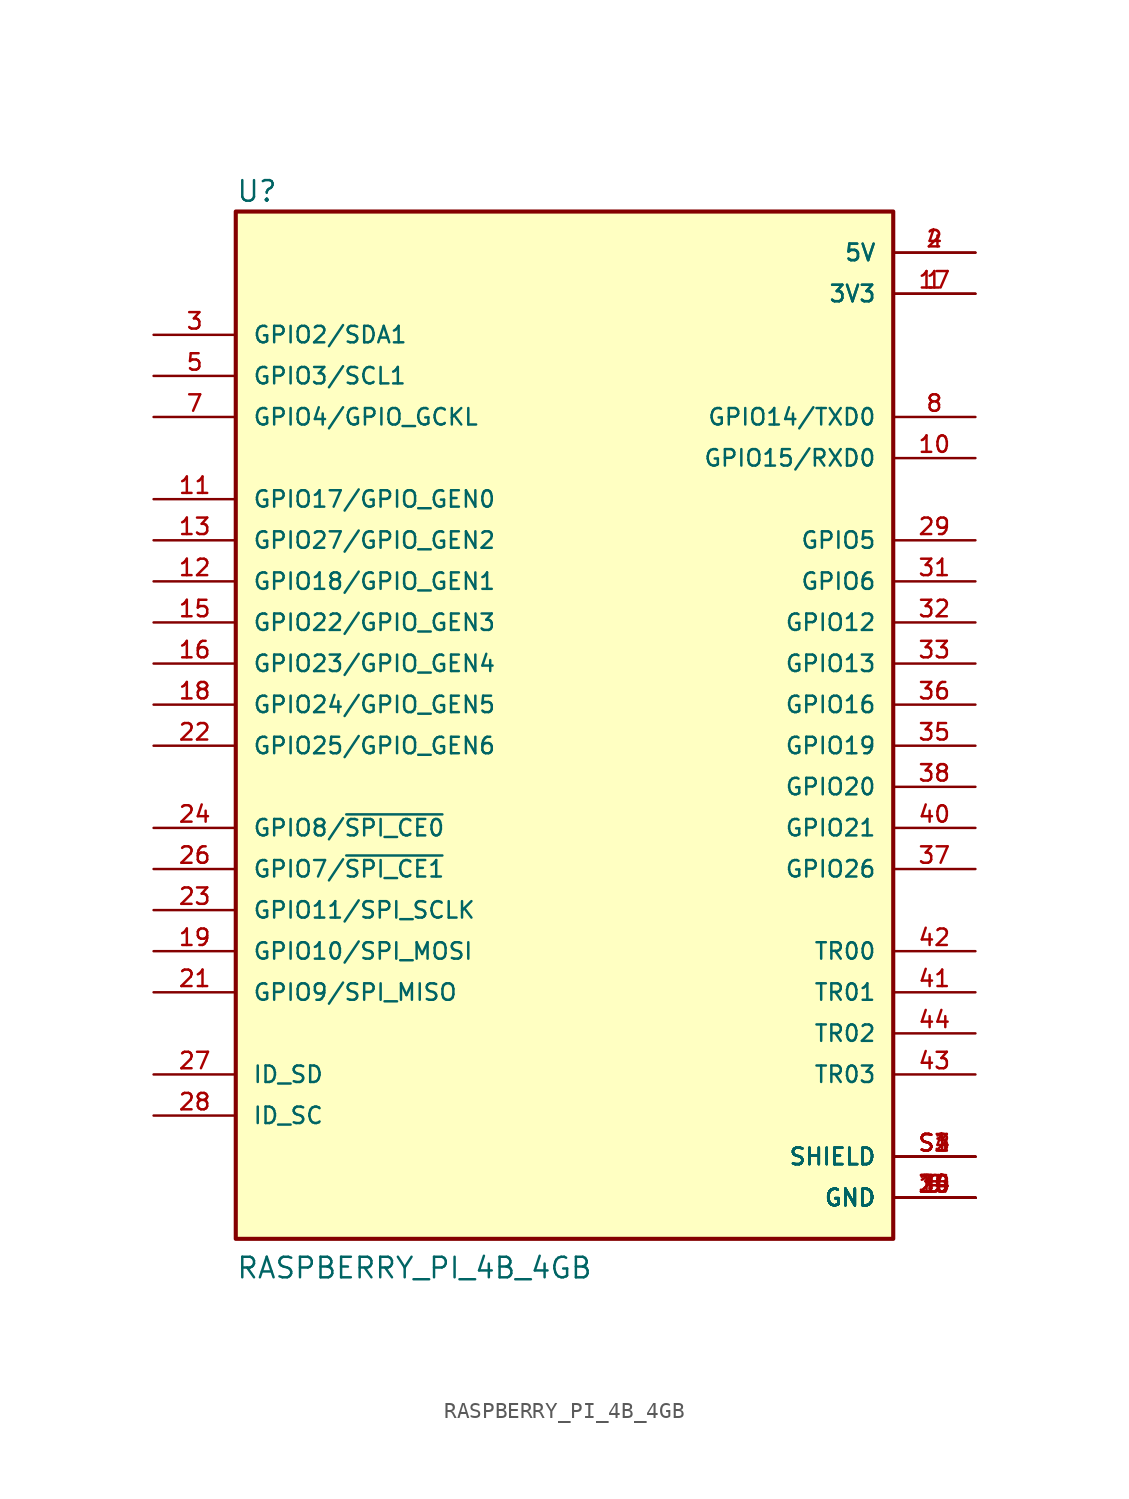
<source format=kicad_sym>
(kicad_symbol_lib
  (version 20211014)
  (generator kicad_symbol_editor)
  (symbol "RASPBERRY_PI_4B_4GB"
    (pin_names
      (offset 1.016))
    (property "Reference" "U"
      (at -20.32 33.528 0)
      (effects (font (size 1.27 1.27)) (justify bottom left)))
    (property "Value" "RASPBERRY_PI_4B_4GB"
      (at -20.32 -33.02 0)
      (effects (font (size 1.27 1.27)) (justify bottom left)))
    (symbol "RASPBERRY_PI_4B_4GB_0_0"
      (rectangle (start -20.32 -30.48) (end 20.32 33.02) (stroke (width 0.254)) (fill (type background)))
      (pin power_in line (at 25.4 30.48 180.0) (length 5.08) (name "5V" (effects (font (size 1.016 1.016)))) (number "2" (effects (font (size 1.016 1.016)))))
      (pin power_in line (at 25.4 30.48 180.0) (length 5.08) (name "5V" (effects (font (size 1.016 1.016)))) (number "4" (effects (font (size 1.016 1.016)))))
      (pin power_in line (at 25.4 27.94 180.0) (length 5.08) (name "3V3" (effects (font (size 1.016 1.016)))) (number "1" (effects (font (size 1.016 1.016)))))
      (pin power_in line (at 25.4 27.94 180.0) (length 5.08) (name "3V3" (effects (font (size 1.016 1.016)))) (number "17" (effects (font (size 1.016 1.016)))))
      (pin bidirectional line (at -25.4 25.4 0) (length 5.08) (name "GPIO2/SDA1" (effects (font (size 1.016 1.016)))) (number "3" (effects (font (size 1.016 1.016)))))
      (pin bidirectional line (at -25.4 22.86 0) (length 5.08) (name "GPIO3/SCL1" (effects (font (size 1.016 1.016)))) (number "5" (effects (font (size 1.016 1.016)))))
      (pin bidirectional line (at -25.4 20.32 0) (length 5.08) (name "GPIO4/GPIO_GCKL" (effects (font (size 1.016 1.016)))) (number "7" (effects (font (size 1.016 1.016)))))
      (pin bidirectional line (at 25.4 20.32 180.0) (length 5.08) (name "GPIO14/TXD0" (effects (font (size 1.016 1.016)))) (number "8" (effects (font (size 1.016 1.016)))))
      (pin power_in line (at 25.4 -27.94 180.0) (length 5.08) (name "GND" (effects (font (size 1.016 1.016)))) (number "6" (effects (font (size 1.016 1.016)))))
      (pin power_in line (at 25.4 -27.94 180.0) (length 5.08) (name "GND" (effects (font (size 1.016 1.016)))) (number "9" (effects (font (size 1.016 1.016)))))
      (pin power_in line (at 25.4 -27.94 180.0) (length 5.08) (name "GND" (effects (font (size 1.016 1.016)))) (number "14" (effects (font (size 1.016 1.016)))))
      (pin power_in line (at 25.4 -27.94 180.0) (length 5.08) (name "GND" (effects (font (size 1.016 1.016)))) (number "20" (effects (font (size 1.016 1.016)))))
      (pin power_in line (at 25.4 -27.94 180.0) (length 5.08) (name "GND" (effects (font (size 1.016 1.016)))) (number "25" (effects (font (size 1.016 1.016)))))
      (pin power_in line (at 25.4 -27.94 180.0) (length 5.08) (name "GND" (effects (font (size 1.016 1.016)))) (number "30" (effects (font (size 1.016 1.016)))))
      (pin power_in line (at 25.4 -27.94 180.0) (length 5.08) (name "GND" (effects (font (size 1.016 1.016)))) (number "34" (effects (font (size 1.016 1.016)))))
      (pin power_in line (at 25.4 -27.94 180.0) (length 5.08) (name "GND" (effects (font (size 1.016 1.016)))) (number "39" (effects (font (size 1.016 1.016)))))
      (pin bidirectional line (at 25.4 17.78 180.0) (length 5.08) (name "GPIO15/RXD0" (effects (font (size 1.016 1.016)))) (number "10" (effects (font (size 1.016 1.016)))))
      (pin bidirectional line (at -25.4 15.24 0) (length 5.08) (name "GPIO17/GPIO_GEN0" (effects (font (size 1.016 1.016)))) (number "11" (effects (font (size 1.016 1.016)))))
      (pin bidirectional line (at -25.4 10.16 0) (length 5.08) (name "GPIO18/GPIO_GEN1" (effects (font (size 1.016 1.016)))) (number "12" (effects (font (size 1.016 1.016)))))
      (pin bidirectional line (at -25.4 12.7 0) (length 5.08) (name "GPIO27/GPIO_GEN2" (effects (font (size 1.016 1.016)))) (number "13" (effects (font (size 1.016 1.016)))))
      (pin bidirectional line (at -25.4 7.62 0) (length 5.08) (name "GPIO22/GPIO_GEN3" (effects (font (size 1.016 1.016)))) (number "15" (effects (font (size 1.016 1.016)))))
      (pin bidirectional line (at -25.4 5.08 0) (length 5.08) (name "GPIO23/GPIO_GEN4" (effects (font (size 1.016 1.016)))) (number "16" (effects (font (size 1.016 1.016)))))
      (pin bidirectional line (at -25.4 2.54 0) (length 5.08) (name "GPIO24/GPIO_GEN5" (effects (font (size 1.016 1.016)))) (number "18" (effects (font (size 1.016 1.016)))))
      (pin bidirectional line (at -25.4 -12.7 0) (length 5.08) (name "GPIO10/SPI_MOSI" (effects (font (size 1.016 1.016)))) (number "19" (effects (font (size 1.016 1.016)))))
      (pin bidirectional line (at -25.4 -15.24 0) (length 5.08) (name "GPIO9/SPI_MISO" (effects (font (size 1.016 1.016)))) (number "21" (effects (font (size 1.016 1.016)))))
      (pin bidirectional line (at -25.4 0.0 0) (length 5.08) (name "GPIO25/GPIO_GEN6" (effects (font (size 1.016 1.016)))) (number "22" (effects (font (size 1.016 1.016)))))
      (pin bidirectional line (at -25.4 -10.16 0) (length 5.08) (name "GPIO11/SPI_SCLK" (effects (font (size 1.016 1.016)))) (number "23" (effects (font (size 1.016 1.016)))))
      (pin bidirectional line (at -25.4 -5.08 0) (length 5.08) (name "GPIO8/~{SPI_CE0}" (effects (font (size 1.016 1.016)))) (number "24" (effects (font (size 1.016 1.016)))))
      (pin bidirectional line (at -25.4 -7.62 0) (length 5.08) (name "GPIO7/~{SPI_CE1}" (effects (font (size 1.016 1.016)))) (number "26" (effects (font (size 1.016 1.016)))))
      (pin bidirectional line (at -25.4 -20.32 0) (length 5.08) (name "ID_SD" (effects (font (size 1.016 1.016)))) (number "27" (effects (font (size 1.016 1.016)))))
      (pin bidirectional line (at -25.4 -22.86 0) (length 5.08) (name "ID_SC" (effects (font (size 1.016 1.016)))) (number "28" (effects (font (size 1.016 1.016)))))
      (pin bidirectional line (at 25.4 12.7 180.0) (length 5.08) (name "GPIO5" (effects (font (size 1.016 1.016)))) (number "29" (effects (font (size 1.016 1.016)))))
      (pin bidirectional line (at 25.4 10.16 180.0) (length 5.08) (name "GPIO6" (effects (font (size 1.016 1.016)))) (number "31" (effects (font (size 1.016 1.016)))))
      (pin bidirectional line (at 25.4 7.62 180.0) (length 5.08) (name "GPIO12" (effects (font (size 1.016 1.016)))) (number "32" (effects (font (size 1.016 1.016)))))
      (pin bidirectional line (at 25.4 5.08 180.0) (length 5.08) (name "GPIO13" (effects (font (size 1.016 1.016)))) (number "33" (effects (font (size 1.016 1.016)))))
      (pin bidirectional line (at 25.4 0.0 180.0) (length 5.08) (name "GPIO19" (effects (font (size 1.016 1.016)))) (number "35" (effects (font (size 1.016 1.016)))))
      (pin bidirectional line (at 25.4 2.54 180.0) (length 5.08) (name "GPIO16" (effects (font (size 1.016 1.016)))) (number "36" (effects (font (size 1.016 1.016)))))
      (pin bidirectional line (at 25.4 -7.62 180.0) (length 5.08) (name "GPIO26" (effects (font (size 1.016 1.016)))) (number "37" (effects (font (size 1.016 1.016)))))
      (pin bidirectional line (at 25.4 -2.54 180.0) (length 5.08) (name "GPIO20" (effects (font (size 1.016 1.016)))) (number "38" (effects (font (size 1.016 1.016)))))
      (pin bidirectional line (at 25.4 -5.08 180.0) (length 5.08) (name "GPIO21" (effects (font (size 1.016 1.016)))) (number "40" (effects (font (size 1.016 1.016)))))
      (pin power_in line (at 25.4 -25.4 180.0) (length 5.08) (name "SHIELD" (effects (font (size 1.016 1.016)))) (number "S1" (effects (font (size 1.016 1.016)))))
      (pin power_in line (at 25.4 -25.4 180.0) (length 5.08) (name "SHIELD" (effects (font (size 1.016 1.016)))) (number "S2" (effects (font (size 1.016 1.016)))))
      (pin power_in line (at 25.4 -25.4 180.0) (length 5.08) (name "SHIELD" (effects (font (size 1.016 1.016)))) (number "S3" (effects (font (size 1.016 1.016)))))
      (pin power_in line (at 25.4 -25.4 180.0) (length 5.08) (name "SHIELD" (effects (font (size 1.016 1.016)))) (number "S4" (effects (font (size 1.016 1.016)))))
      (pin bidirectional line (at 25.4 -17.78 180.0) (length 5.08) (name "TR02" (effects (font (size 1.016 1.016)))) (number "44" (effects (font (size 1.016 1.016)))))
      (pin bidirectional line (at 25.4 -15.24 180.0) (length 5.08) (name "TR01" (effects (font (size 1.016 1.016)))) (number "41" (effects (font (size 1.016 1.016)))))
      (pin bidirectional line (at 25.4 -12.7 180.0) (length 5.08) (name "TR00" (effects (font (size 1.016 1.016)))) (number "42" (effects (font (size 1.016 1.016)))))
      (pin bidirectional line (at 25.4 -20.32 180.0) (length 5.08) (name "TR03" (effects (font (size 1.016 1.016)))) (number "43" (effects (font (size 1.016 1.016))))))))
</source>
